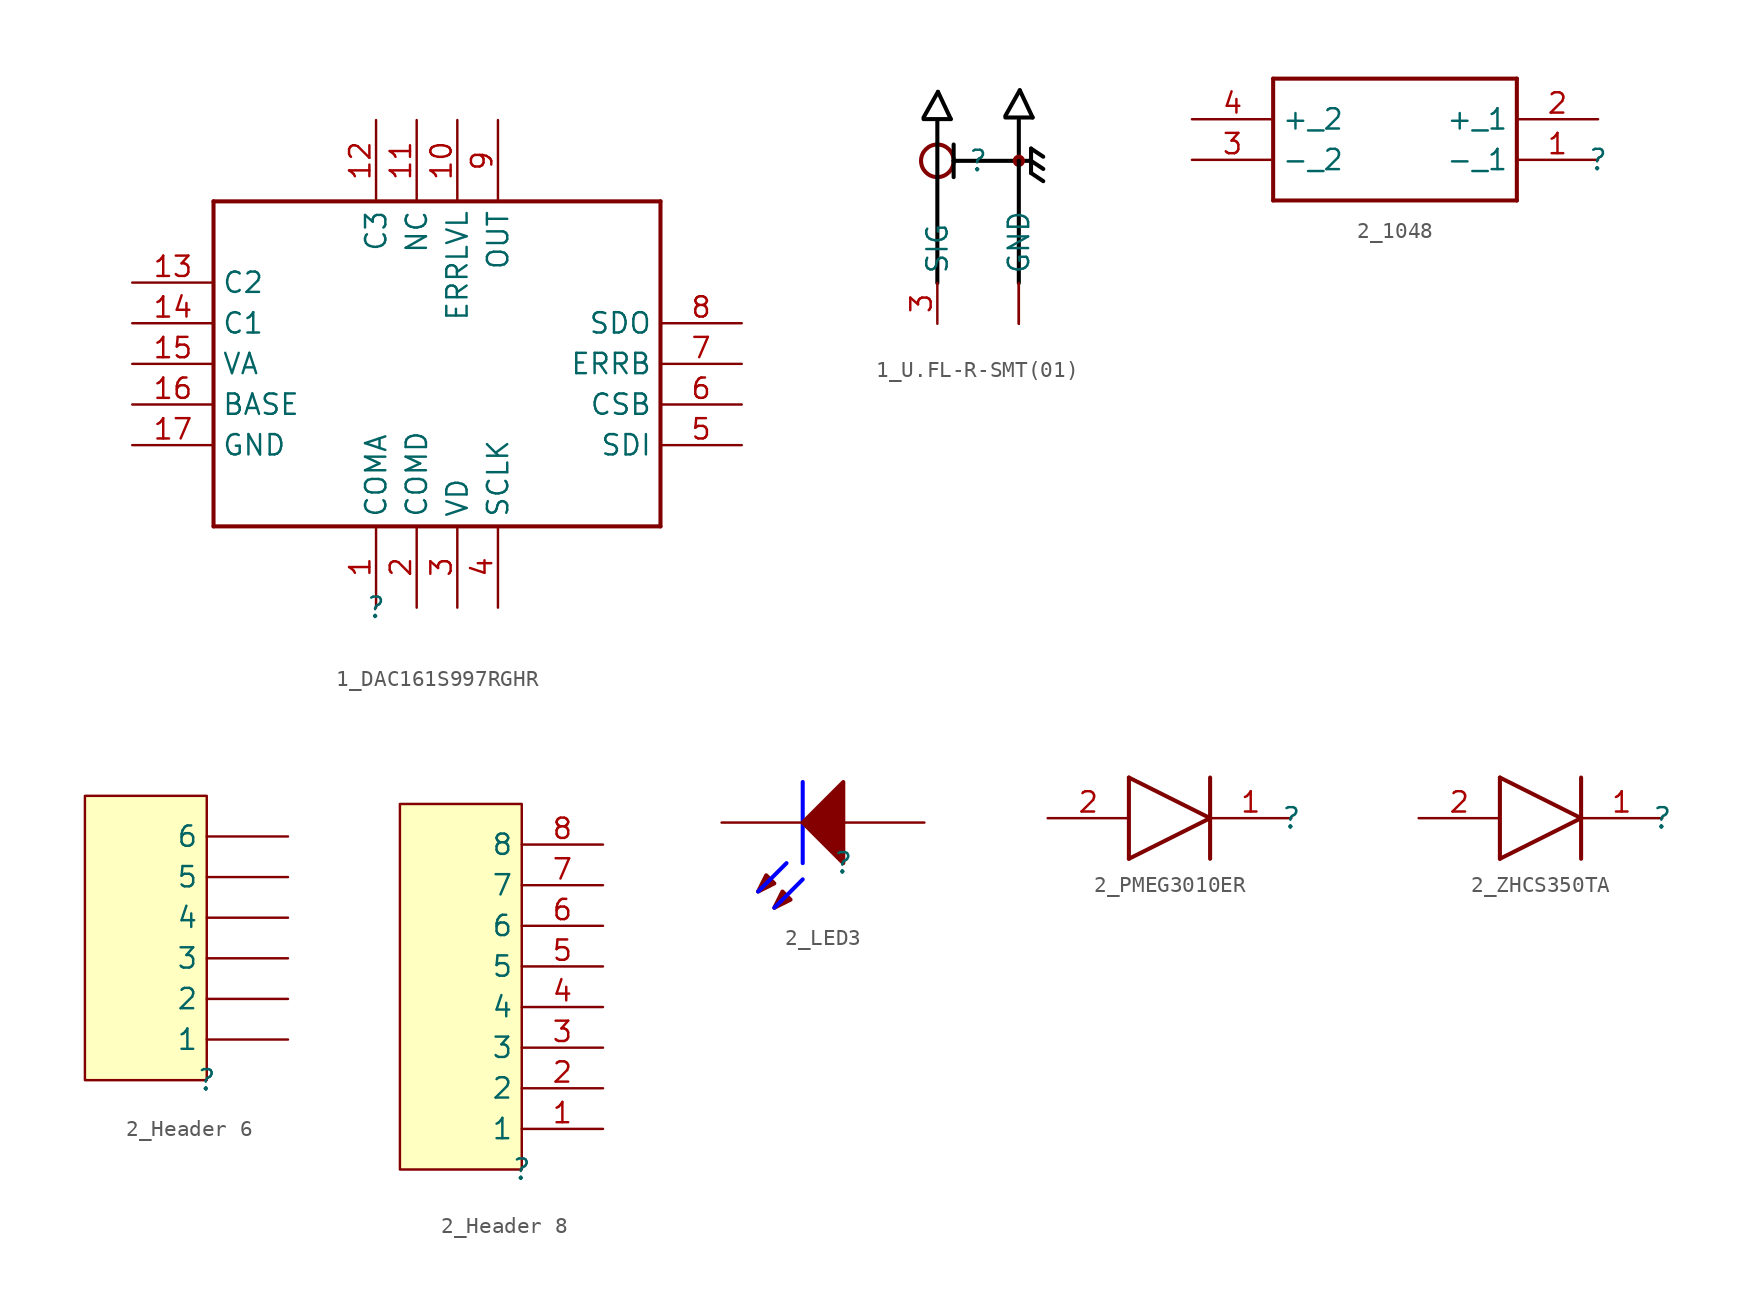
<source format=kicad_sym>
(kicad_symbol_lib
  (version 20220914)
  (generator kicad_symbol_editor)
  (symbol "1_DAC161S997RGHR"
    (property "Reference" ""
      (at 0 0 0)
      (effects (font (size 1.27 1.27))))
    (property "Value" ""
      (at 0 0 0)
      (effects (font (size 1.27 1.27))))
    (symbol "1_DAC161S997RGHR_1_0"
      (polyline (pts (xy -10.16 25.4) (xy -10.16 5.08)) (stroke (width 0.254) (type solid) (color 128 0 0 1)) (fill (type none)))
      (polyline (pts (xy -10.16 25.4) (xy 17.78 25.4)) (stroke (width 0.254) (type solid) (color 128 0 0 1)) (fill (type none)))
      (polyline (pts (xy 17.78 5.08) (xy -10.16 5.08)) (stroke (width 0.254) (type solid) (color 128 0 0 1)) (fill (type none)))
      (polyline (pts (xy 17.78 5.08) (xy 17.78 25.4)) (stroke (width 0.254) (type solid) (color 128 0 0 1)) (fill (type none)))
      (pin bidirectional line (at 0 0 90) (length 5.08) (name "COMA" (effects (font (size 1.27 1.27)))) (number "1" (effects (font (size 1.27 1.27)))))
      (pin bidirectional line (at 5.08 30.48 270) (length 5.08) (name "ERRLVL" (effects (font (size 1.27 1.27)))) (number "10" (effects (font (size 1.27 1.27)))))
      (pin passive line (at 2.54 30.48 270) (length 5.08) (name "NC" (effects (font (size 1.27 1.27)))) (number "11" (effects (font (size 1.27 1.27)))))
      (pin bidirectional line (at 0 30.48 270) (length 5.08) (name "C3" (effects (font (size 1.27 1.27)))) (number "12" (effects (font (size 1.27 1.27)))))
      (pin bidirectional line (at -15.24 20.32 0) (length 5.08) (name "C2" (effects (font (size 1.27 1.27)))) (number "13" (effects (font (size 1.27 1.27)))))
      (pin bidirectional line (at -15.24 17.78 0) (length 5.08) (name "C1" (effects (font (size 1.27 1.27)))) (number "14" (effects (font (size 1.27 1.27)))))
      (pin bidirectional line (at -15.24 15.24 0) (length 5.08) (name "VA" (effects (font (size 1.27 1.27)))) (number "15" (effects (font (size 1.27 1.27)))))
      (pin bidirectional line (at -15.24 12.7 0) (length 5.08) (name "BASE" (effects (font (size 1.27 1.27)))) (number "16" (effects (font (size 1.27 1.27)))))
      (pin bidirectional line (at -15.24 10.16 0) (length 5.08) (name "GND" (effects (font (size 1.27 1.27)))) (number "17" (effects (font (size 1.27 1.27)))))
      (pin bidirectional line (at 2.54 0 90) (length 5.08) (name "COMD" (effects (font (size 1.27 1.27)))) (number "2" (effects (font (size 1.27 1.27)))))
      (pin bidirectional line (at 5.08 0 90) (length 5.08) (name "VD" (effects (font (size 1.27 1.27)))) (number "3" (effects (font (size 1.27 1.27)))))
      (pin bidirectional line (at 7.62 0 90) (length 5.08) (name "SCLK" (effects (font (size 1.27 1.27)))) (number "4" (effects (font (size 1.27 1.27)))))
      (pin input line (at 22.86 10.16 180) (length 5.08) (name "SDI" (effects (font (size 1.27 1.27)))) (number "5" (effects (font (size 1.27 1.27)))))
      (pin bidirectional line (at 22.86 12.7 180) (length 5.08) (name "CSB" (effects (font (size 1.27 1.27)))) (number "6" (effects (font (size 1.27 1.27)))))
      (pin bidirectional line (at 22.86 15.24 180) (length 5.08) (name "ERRB" (effects (font (size 1.27 1.27)))) (number "7" (effects (font (size 1.27 1.27)))))
      (pin bidirectional line (at 22.86 17.78 180) (length 5.08) (name "SDO" (effects (font (size 1.27 1.27)))) (number "8" (effects (font (size 1.27 1.27)))))
      (pin bidirectional line (at 7.62 30.48 270) (length 5.08) (name "OUT" (effects (font (size 1.27 1.27)))) (number "9" (effects (font (size 1.27 1.27)))))))
  (symbol "1_U.FL-R-SMT(01)"
    (property "Reference" ""
      (at 0 0 0)
      (effects (font (size 1.27 1.27))))
    (property "Value" ""
      (at 0 0 0)
      (effects (font (size 1.27 1.27))))
    (symbol "1_U.FL-R-SMT(01)_1_0"
      (circle (center -2.54 0) (radius 1.016) (stroke (width 0.254) (type solid)) (fill (type none)))
      (polyline (pts (xy -3.4 2.6) (xy -1.7 2.6)) (stroke (width 0.254) (type solid) (color 0 0 0 1)) (fill (type none)))
      (polyline (pts (xy -2.54 -7.62) (xy -2.54 2.54)) (stroke (width 0.254) (type solid) (color 0 0 0 1)) (fill (type none)))
      (polyline (pts (xy -2.5 4.3) (xy -3.4 2.7)) (stroke (width 0.254) (type solid) (color 0 0 0 1)) (fill (type none)))
      (polyline (pts (xy -1.7 2.6) (xy -2.5 4.3)) (stroke (width 0.254) (type solid) (color 0 0 0 1)) (fill (type none)))
      (polyline (pts (xy -1.524 -1.016) (xy -1.524 0)) (stroke (width 0.254) (type solid) (color 0 0 0 1)) (fill (type none)))
      (polyline (pts (xy -1.524 0) (xy -1.524 1.016)) (stroke (width 0.254) (type solid) (color 0 0 0 1)) (fill (type none)))
      (polyline (pts (xy -1.524 0) (xy 2.54 0)) (stroke (width 0.254) (type solid) (color 0 0 0 1)) (fill (type none)))
      (polyline (pts (xy 1.7 2.7) (xy 3.4 2.7)) (stroke (width 0.254) (type solid) (color 0 0 0 1)) (fill (type none)))
      (polyline (pts (xy 2.54 -7.62) (xy 2.54 0)) (stroke (width 0.254) (type solid) (color 0 0 0 1)) (fill (type none)))
      (polyline (pts (xy 2.54 0) (xy 3.302 0)) (stroke (width 0.254) (type solid) (color 0 0 0 1)) (fill (type none)))
      (polyline (pts (xy 2.54 2.54) (xy 2.54 0)) (stroke (width 0.254) (type solid) (color 0 0 0 1)) (fill (type none)))
      (polyline (pts (xy 2.6 4.4) (xy 1.7 2.8)) (stroke (width 0.254) (type solid) (color 0 0 0 1)) (fill (type none)))
      (polyline (pts (xy 3.302 -0.762) (xy 4.064 -1.27)) (stroke (width 0.254) (type solid) (color 0 0 0 1)) (fill (type none)))
      (polyline (pts (xy 3.302 0) (xy 3.302 -0.762)) (stroke (width 0.254) (type solid) (color 0 0 0 1)) (fill (type none)))
      (polyline (pts (xy 3.302 0) (xy 3.302 0.762)) (stroke (width 0.254) (type solid) (color 0 0 0 1)) (fill (type none)))
      (polyline (pts (xy 3.302 0) (xy 4.064 -0.508)) (stroke (width 0.254) (type solid) (color 0 0 0 1)) (fill (type none)))
      (polyline (pts (xy 3.302 0.762) (xy 4.064 0.254)) (stroke (width 0.254) (type solid) (color 0 0 0 1)) (fill (type none)))
      (polyline (pts (xy 3.4 2.7) (xy 2.6 4.4)) (stroke (width 0.254) (type solid) (color 0 0 0 1)) (fill (type none)))
      (circle (center 2.54 0) (radius 0.254) (stroke (width 0.254) (type solid)) (fill (type none)))
      (pin passive line (at 2.54 -10.16 90) (length 2.54) (name "GND" (effects (font (size 1.27 1.27)))) (number "1" (effects (font (size 0 0)))))
      (pin passive line (at 2.54 -10.16 90) (length 2.54) (name "GND" (effects (font (size 0 0)))) (number "2" (effects (font (size 0 0)))))
      (pin passive line (at -2.54 -10.16 90) (length 2.54) (name "SIG" (effects (font (size 1.27 1.27)))) (number "3" (effects (font (size 1.27 1.27)))))))
  (symbol "2_1048"
    (property "Reference" ""
      (at 0 0 0)
      (effects (font (size 1.27 1.27))))
    (property "Value" ""
      (at 0 0 0)
      (effects (font (size 1.27 1.27))))
    (symbol "2_1048_1_0"
      (polyline (pts (xy -20.32 -2.54) (xy -20.32 5.08)) (stroke (width 0.254) (type solid) (color 128 0 0 1)) (fill (type none)))
      (polyline (pts (xy -20.32 -2.54) (xy -5.08 -2.54)) (stroke (width 0.254) (type solid) (color 128 0 0 1)) (fill (type none)))
      (polyline (pts (xy -5.08 5.08) (xy -20.32 5.08)) (stroke (width 0.254) (type solid) (color 128 0 0 1)) (fill (type none)))
      (polyline (pts (xy -5.08 5.08) (xy -5.08 -2.54)) (stroke (width 0.254) (type solid) (color 128 0 0 1)) (fill (type none)))
      (pin bidirectional line (at 0 0 180) (length 5.08) (name "-_1" (effects (font (size 1.27 1.27)))) (number "1" (effects (font (size 1.27 1.27)))))
      (pin bidirectional line (at 0 2.54 180) (length 5.08) (name "+_1" (effects (font (size 1.27 1.27)))) (number "2" (effects (font (size 1.27 1.27)))))
      (pin bidirectional line (at -25.4 0 0) (length 5.08) (name "-_2" (effects (font (size 1.27 1.27)))) (number "3" (effects (font (size 1.27 1.27)))))
      (pin bidirectional line (at -25.4 2.54 0) (length 5.08) (name "+_2" (effects (font (size 1.27 1.27)))) (number "4" (effects (font (size 1.27 1.27)))))))
  (symbol "2_Header 6"
    (property "Reference" ""
      (at 0 0 0)
      (effects (font (size 1.27 1.27))))
    (property "Value" ""
      (at 0 0 0)
      (effects (font (size 1.27 1.27))))
    (symbol "2_Header 6_1_0"
      (rectangle (start 0 17.78) (end -7.62 0) (stroke (width 0) (type solid)) (fill (type background)))
      (pin passive line (at 5.08 2.54 180) (length 5.08) (name "1" (effects (font (size 1.27 1.27)))) (number "1" (effects (font (size 0 0)))))
      (pin passive line (at 5.08 5.08 180) (length 5.08) (name "2" (effects (font (size 1.27 1.27)))) (number "2" (effects (font (size 0 0)))))
      (pin passive line (at 5.08 7.62 180) (length 5.08) (name "3" (effects (font (size 1.27 1.27)))) (number "3" (effects (font (size 0 0)))))
      (pin passive line (at 5.08 10.16 180) (length 5.08) (name "4" (effects (font (size 1.27 1.27)))) (number "4" (effects (font (size 0 0)))))
      (pin passive line (at 5.08 12.7 180) (length 5.08) (name "5" (effects (font (size 1.27 1.27)))) (number "5" (effects (font (size 0 0)))))
      (pin passive line (at 5.08 15.24 180) (length 5.08) (name "6" (effects (font (size 1.27 1.27)))) (number "6" (effects (font (size 0 0)))))))
  (symbol "2_Header 8"
    (property "Reference" ""
      (at 0 0 0)
      (effects (font (size 1.27 1.27))))
    (property "Value" ""
      (at 0 0 0)
      (effects (font (size 1.27 1.27))))
    (symbol "2_Header 8_1_0"
      (rectangle (start 0 22.86) (end -7.62 0) (stroke (width 0) (type solid)) (fill (type background)))
      (pin power_in line (at 5.08 2.54 180) (length 5.08) (name "1" (effects (font (size 1.27 1.27)))) (number "1" (effects (font (size 1.27 1.27)))))
      (pin passive line (at 5.08 5.08 180) (length 5.08) (name "2" (effects (font (size 1.27 1.27)))) (number "2" (effects (font (size 1.27 1.27)))))
      (pin passive line (at 5.08 7.62 180) (length 5.08) (name "3" (effects (font (size 1.27 1.27)))) (number "3" (effects (font (size 1.27 1.27)))))
      (pin passive line (at 5.08 10.16 180) (length 5.08) (name "4" (effects (font (size 1.27 1.27)))) (number "4" (effects (font (size 1.27 1.27)))))
      (pin passive line (at 5.08 12.7 180) (length 5.08) (name "5" (effects (font (size 1.27 1.27)))) (number "5" (effects (font (size 1.27 1.27)))))
      (pin passive line (at 5.08 15.24 180) (length 5.08) (name "6" (effects (font (size 1.27 1.27)))) (number "6" (effects (font (size 1.27 1.27)))))
      (pin passive line (at 5.08 17.78 180) (length 5.08) (name "7" (effects (font (size 1.27 1.27)))) (number "7" (effects (font (size 1.27 1.27)))))
      (pin power_in line (at 5.08 20.32 180) (length 5.08) (name "8" (effects (font (size 1.27 1.27)))) (number "8" (effects (font (size 1.27 1.27)))))))
  (symbol "2_LED3"
    (property "Reference" ""
      (at 0 0 0)
      (effects (font (size 1.27 1.27))))
    (property "Value" ""
      (at 0 0 0)
      (effects (font (size 1.27 1.27))))
    (symbol "2_LED3_1_0"
      (polyline (pts (xy -3.556 0) (xy -5.334 -1.778)) (stroke (width 0.254) (type solid) (color 0 0 255 1)) (fill (type none)))
      (polyline (pts (xy -2.54 -1.016) (xy -4.318 -2.794)) (stroke (width 0.254) (type solid) (color 0 0 255 1)) (fill (type none)))
      (polyline (pts (xy -2.54 0) (xy -2.54 5.08)) (stroke (width 0.254) (type solid) (color 0 0 255 1)) (fill (type none)))
      (polyline (pts (xy -5.334 -1.778) (xy -4.318 -1.27) (xy -4.826 -0.762) (xy -5.334 -1.778)) (stroke (width 0.254) (type solid)) (fill (type outline)))
      (polyline (pts (xy -4.318 -2.794) (xy -3.302 -2.286) (xy -3.81 -1.778) (xy -4.318 -2.794)) (stroke (width 0.254) (type solid)) (fill (type outline)))
      (polyline (pts (xy 0 5.08) (xy -2.54 2.54) (xy 0 0) (xy 0 5.08)) (stroke (width 0.254) (type solid)) (fill (type outline)))
      (pin passive line (at 5.08 2.54 180) (length 5.08) (name "A" (effects (font (size 0 0)))) (number "1" (effects (font (size 0 0)))))
      (pin passive line (at -7.62 2.54 0) (length 5.08) (name "K" (effects (font (size 0 0)))) (number "2" (effects (font (size 0 0)))))))
  (symbol "2_PMEG3010ER"
    (property "Reference" ""
      (at 0 0 0)
      (effects (font (size 1.27 1.27))))
    (property "Value" ""
      (at 0 0 0)
      (effects (font (size 1.27 1.27))))
    (symbol "2_PMEG3010ER_1_0"
      (polyline (pts (xy -10.16 -2.54) (xy -10.16 2.54)) (stroke (width 0.254) (type solid) (color 128 0 0 1)) (fill (type none)))
      (polyline (pts (xy -10.16 -2.54) (xy -5.08 0)) (stroke (width 0.254) (type solid) (color 128 0 0 1)) (fill (type none)))
      (polyline (pts (xy -5.08 0) (xy -10.16 2.54)) (stroke (width 0.254) (type solid) (color 128 0 0 1)) (fill (type none)))
      (polyline (pts (xy -5.08 2.54) (xy -5.08 -2.54)) (stroke (width 0.254) (type solid) (color 128 0 0 1)) (fill (type none)))
      (pin bidirectional line (at 0 0 180) (length 5.08) (name "K" (effects (font (size 0 0)))) (number "1" (effects (font (size 1.27 1.27)))))
      (pin bidirectional line (at -15.24 0 0) (length 5.08) (name "A" (effects (font (size 0 0)))) (number "2" (effects (font (size 1.27 1.27)))))))
  (symbol "2_ZHCS350TA"
    (property "Reference" ""
      (at 0 0 0)
      (effects (font (size 1.27 1.27))))
    (property "Value" ""
      (at 0 0 0)
      (effects (font (size 1.27 1.27))))
    (symbol "2_ZHCS350TA_1_0"
      (polyline (pts (xy -10.16 -2.54) (xy -10.16 2.54)) (stroke (width 0.254) (type solid) (color 128 0 0 1)) (fill (type none)))
      (polyline (pts (xy -10.16 -2.54) (xy -5.08 0)) (stroke (width 0.254) (type solid) (color 128 0 0 1)) (fill (type none)))
      (polyline (pts (xy -5.08 0) (xy -10.16 2.54)) (stroke (width 0.254) (type solid) (color 128 0 0 1)) (fill (type none)))
      (polyline (pts (xy -5.08 2.54) (xy -5.08 -2.54)) (stroke (width 0.254) (type solid) (color 128 0 0 1)) (fill (type none)))
      (pin bidirectional line (at 0 0 180) (length 5.08) (name "K" (effects (font (size 0 0)))) (number "1" (effects (font (size 1.27 1.27)))))
      (pin bidirectional line (at -15.24 0 0) (length 5.08) (name "A" (effects (font (size 0 0)))) (number "2" (effects (font (size 1.27 1.27))))))))
</source>
